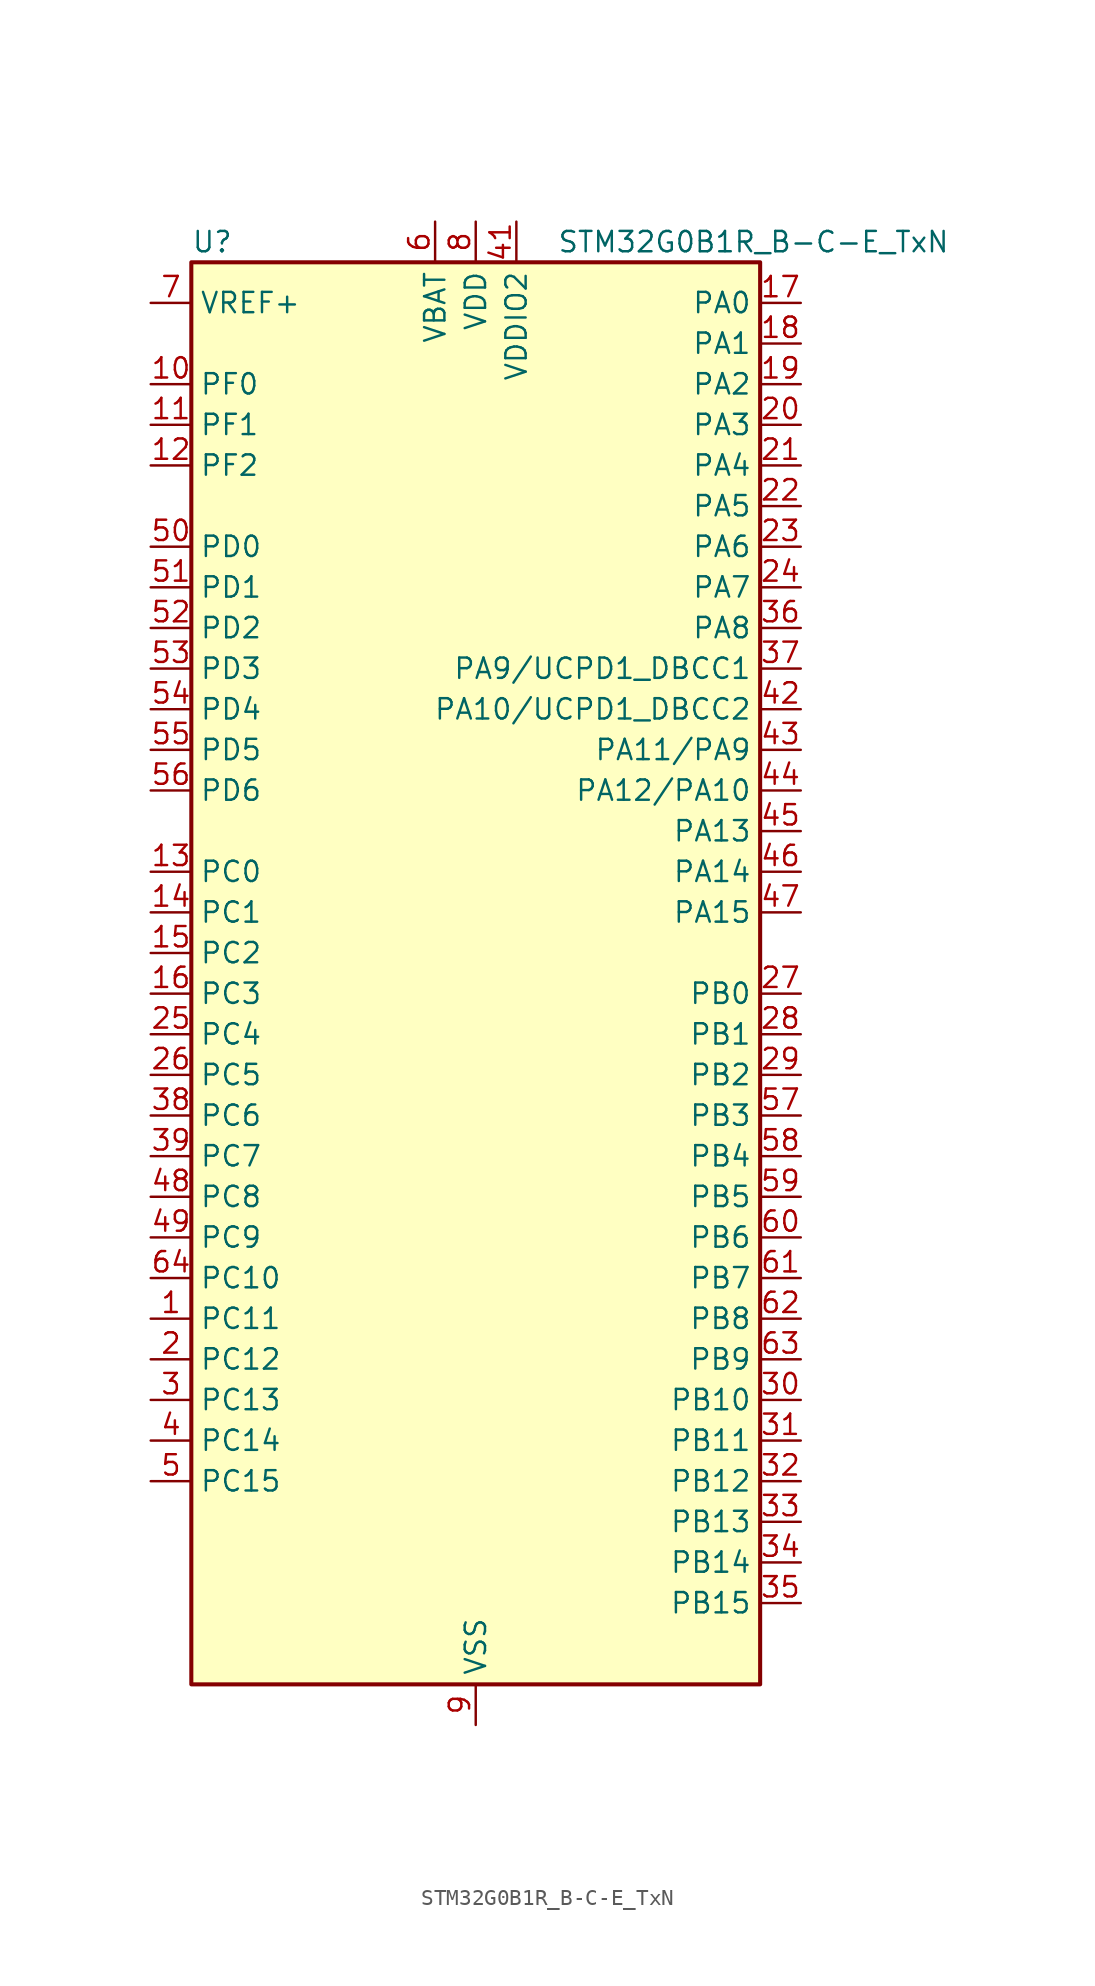
<source format=kicad_sym>
(kicad_symbol_lib
  (version 20220914)
  (generator kicad_symbol_editor)
  (symbol "STM32G0B1R_B-C-E_TxN"
    (property "Reference" "U"
      (at -17.78 46.99 0)
      (effects (font (size 1.27 1.27)) (justify left)))
    (property "Value" "STM32G0B1R_B-C-E_TxN"
      (at 5.08 46.99 0)
      (effects (font (size 1.27 1.27)) (justify left)))
    (property "ki_locked" ""
      (at 0 0 0)
      (effects (font (size 1.27 1.27))))
    (symbol "STM32G0B1R_B-C-E_TxN_0_1"
      (rectangle (start -17.78 -43.18) (end 17.78 45.72) (stroke (width 0.254) (type default)) (fill (type background))))
    (symbol "STM32G0B1R_B-C-E_TxN_1_1"
      (pin bidirectional line (at -20.32 -20.32 0) (length 2.54) (name "PC11" (effects (font (size 1.27 1.27)))) (number "1" (effects (font (size 1.27 1.27)))) (alternate "ADC1_EXTI11" bidirectional line) (alternate "SPI3_MISO" bidirectional line) (alternate "TIM1_CH4" bidirectional line) (alternate "USART3_RX" bidirectional line) (alternate "USART4_RX" bidirectional line))
      (pin bidirectional line (at -20.32 38.1 0) (length 2.54) (name "PF0" (effects (font (size 1.27 1.27)))) (number "10" (effects (font (size 1.27 1.27)))) (alternate "CRS1_SYNC" bidirectional line) (alternate "RCC_OSC_IN" bidirectional line) (alternate "TIM14_CH1" bidirectional line))
      (pin bidirectional line (at -20.32 35.56 0) (length 2.54) (name "PF1" (effects (font (size 1.27 1.27)))) (number "11" (effects (font (size 1.27 1.27)))) (alternate "RCC_OSC_EN" bidirectional line) (alternate "RCC_OSC_OUT" bidirectional line) (alternate "TIM15_CH1N" bidirectional line))
      (pin bidirectional line (at -20.32 33.02 0) (length 2.54) (name "PF2" (effects (font (size 1.27 1.27)))) (number "12" (effects (font (size 1.27 1.27)))) (alternate "LPUART2_DE" bidirectional line) (alternate "LPUART2_RTS" bidirectional line) (alternate "LPUART2_TX" bidirectional line) (alternate "RCC_MCO" bidirectional line))
      (pin bidirectional line (at -20.32 7.62 0) (length 2.54) (name "PC0" (effects (font (size 1.27 1.27)))) (number "13" (effects (font (size 1.27 1.27)))) (alternate "COMP3_INM" bidirectional line) (alternate "COMP3_OUT" bidirectional line) (alternate "I2C3_SCL" bidirectional line) (alternate "LPTIM1_IN1" bidirectional line) (alternate "LPTIM2_IN1" bidirectional line) (alternate "LPUART1_RX" bidirectional line) (alternate "LPUART2_TX" bidirectional line) (alternate "USART6_TX" bidirectional line))
      (pin bidirectional line (at -20.32 5.08 0) (length 2.54) (name "PC1" (effects (font (size 1.27 1.27)))) (number "14" (effects (font (size 1.27 1.27)))) (alternate "COMP3_INP" bidirectional line) (alternate "I2C3_SDA" bidirectional line) (alternate "LPTIM1_OUT" bidirectional line) (alternate "LPUART1_TX" bidirectional line) (alternate "LPUART2_RX" bidirectional line) (alternate "TIM15_CH1" bidirectional line) (alternate "USART6_RX" bidirectional line))
      (pin bidirectional line (at -20.32 2.54 0) (length 2.54) (name "PC2" (effects (font (size 1.27 1.27)))) (number "15" (effects (font (size 1.27 1.27)))) (alternate "COMP3_OUT" bidirectional line) (alternate "FDCAN2_RX" bidirectional line) (alternate "I2S2_MCK" bidirectional line) (alternate "LPTIM1_IN2" bidirectional line) (alternate "SPI2_MISO" bidirectional line) (alternate "TIM15_CH2" bidirectional line))
      (pin bidirectional line (at -20.32 0 0) (length 2.54) (name "PC3" (effects (font (size 1.27 1.27)))) (number "16" (effects (font (size 1.27 1.27)))) (alternate "FDCAN2_TX" bidirectional line) (alternate "I2S2_SD" bidirectional line) (alternate "LPTIM1_ETR" bidirectional line) (alternate "LPTIM2_ETR" bidirectional line) (alternate "SPI2_MOSI" bidirectional line))
      (pin bidirectional line (at 20.32 43.18 180) (length 2.54) (name "PA0" (effects (font (size 1.27 1.27)))) (number "17" (effects (font (size 1.27 1.27)))) (alternate "ADC1_IN0" bidirectional line) (alternate "COMP1_INM" bidirectional line) (alternate "COMP1_OUT" bidirectional line) (alternate "I2S2_CK" bidirectional line) (alternate "LPTIM1_OUT" bidirectional line) (alternate "RTC_TAMP_IN2" bidirectional line) (alternate "SPI2_SCK" bidirectional line) (alternate "SYS_WKUP1" bidirectional line) (alternate "TIM2_CH1" bidirectional line) (alternate "TIM2_ETR" bidirectional line) (alternate "UCPD2_FRSTX1" bidirectional line) (alternate "UCPD2_FRSTX2" bidirectional line) (alternate "USART2_CTS" bidirectional line) (alternate "USART2_NSS" bidirectional line) (alternate "USART4_TX" bidirectional line))
      (pin bidirectional line (at 20.32 40.64 180) (length 2.54) (name "PA1" (effects (font (size 1.27 1.27)))) (number "18" (effects (font (size 1.27 1.27)))) (alternate "ADC1_IN1" bidirectional line) (alternate "COMP1_INP" bidirectional line) (alternate "I2C1_SMBA" bidirectional line) (alternate "I2S1_CK" bidirectional line) (alternate "SPI1_SCK" bidirectional line) (alternate "TIM15_CH1N" bidirectional line) (alternate "TIM2_CH2" bidirectional line) (alternate "USART2_CK" bidirectional line) (alternate "USART2_DE" bidirectional line) (alternate "USART2_RTS" bidirectional line) (alternate "USART4_RX" bidirectional line))
      (pin bidirectional line (at 20.32 38.1 180) (length 2.54) (name "PA2" (effects (font (size 1.27 1.27)))) (number "19" (effects (font (size 1.27 1.27)))) (alternate "ADC1_IN2" bidirectional line) (alternate "COMP2_INM" bidirectional line) (alternate "COMP2_OUT" bidirectional line) (alternate "I2S1_SD" bidirectional line) (alternate "LPUART1_TX" bidirectional line) (alternate "RCC_LSCO" bidirectional line) (alternate "SPI1_MOSI" bidirectional line) (alternate "SYS_WKUP4" bidirectional line) (alternate "TIM15_CH1" bidirectional line) (alternate "TIM2_CH3" bidirectional line) (alternate "UCPD1_FRSTX1" bidirectional line) (alternate "UCPD1_FRSTX2" bidirectional line) (alternate "USART2_TX" bidirectional line))
      (pin bidirectional line (at -20.32 -22.86 0) (length 2.54) (name "PC12" (effects (font (size 1.27 1.27)))) (number "2" (effects (font (size 1.27 1.27)))) (alternate "LPTIM1_IN1" bidirectional line) (alternate "SPI3_MOSI" bidirectional line) (alternate "TIM14_CH1" bidirectional line) (alternate "UCPD1_FRSTX1" bidirectional line) (alternate "UCPD1_FRSTX2" bidirectional line) (alternate "USART5_TX" bidirectional line))
      (pin bidirectional line (at 20.32 35.56 180) (length 2.54) (name "PA3" (effects (font (size 1.27 1.27)))) (number "20" (effects (font (size 1.27 1.27)))) (alternate "ADC1_IN3" bidirectional line) (alternate "COMP2_INP" bidirectional line) (alternate "I2S2_MCK" bidirectional line) (alternate "LPUART1_RX" bidirectional line) (alternate "SPI2_MISO" bidirectional line) (alternate "TIM15_CH2" bidirectional line) (alternate "TIM2_CH4" bidirectional line) (alternate "UCPD2_FRSTX1" bidirectional line) (alternate "UCPD2_FRSTX2" bidirectional line) (alternate "USART2_RX" bidirectional line))
      (pin bidirectional line (at 20.32 33.02 180) (length 2.54) (name "PA4" (effects (font (size 1.27 1.27)))) (number "21" (effects (font (size 1.27 1.27)))) (alternate "ADC1_IN4" bidirectional line) (alternate "DAC1_OUT1" bidirectional line) (alternate "I2S1_WS" bidirectional line) (alternate "I2S2_SD" bidirectional line) (alternate "LPTIM2_OUT" bidirectional line) (alternate "RTC_OUT2" bidirectional line) (alternate "SPI1_NSS" bidirectional line) (alternate "SPI2_MOSI" bidirectional line) (alternate "SPI3_NSS" bidirectional line) (alternate "TIM14_CH1" bidirectional line) (alternate "UCPD2_FRSTX1" bidirectional line) (alternate "UCPD2_FRSTX2" bidirectional line) (alternate "USART6_TX" bidirectional line) (alternate "USB_NOE" bidirectional line))
      (pin bidirectional line (at 20.32 30.48 180) (length 2.54) (name "PA5" (effects (font (size 1.27 1.27)))) (number "22" (effects (font (size 1.27 1.27)))) (alternate "ADC1_IN5" bidirectional line) (alternate "CEC" bidirectional line) (alternate "DAC1_OUT2" bidirectional line) (alternate "I2S1_CK" bidirectional line) (alternate "LPTIM2_ETR" bidirectional line) (alternate "SPI1_SCK" bidirectional line) (alternate "TIM2_CH1" bidirectional line) (alternate "TIM2_ETR" bidirectional line) (alternate "UCPD1_FRSTX1" bidirectional line) (alternate "UCPD1_FRSTX2" bidirectional line) (alternate "USART3_TX" bidirectional line) (alternate "USART6_RX" bidirectional line))
      (pin bidirectional line (at 20.32 27.94 180) (length 2.54) (name "PA6" (effects (font (size 1.27 1.27)))) (number "23" (effects (font (size 1.27 1.27)))) (alternate "ADC1_IN6" bidirectional line) (alternate "COMP1_OUT" bidirectional line) (alternate "I2C2_SDA" bidirectional line) (alternate "I2C3_SDA" bidirectional line) (alternate "I2S1_MCK" bidirectional line) (alternate "LPUART1_CTS" bidirectional line) (alternate "SPI1_MISO" bidirectional line) (alternate "TIM16_CH1" bidirectional line) (alternate "TIM1_BK" bidirectional line) (alternate "TIM3_CH1" bidirectional line) (alternate "USART3_CTS" bidirectional line) (alternate "USART3_NSS" bidirectional line) (alternate "USART6_CTS" bidirectional line) (alternate "USART6_NSS" bidirectional line))
      (pin bidirectional line (at 20.32 25.4 180) (length 2.54) (name "PA7" (effects (font (size 1.27 1.27)))) (number "24" (effects (font (size 1.27 1.27)))) (alternate "ADC1_IN7" bidirectional line) (alternate "COMP2_OUT" bidirectional line) (alternate "I2C2_SCL" bidirectional line) (alternate "I2C3_SCL" bidirectional line) (alternate "I2S1_SD" bidirectional line) (alternate "SPI1_MOSI" bidirectional line) (alternate "TIM14_CH1" bidirectional line) (alternate "TIM17_CH1" bidirectional line) (alternate "TIM1_CH1N" bidirectional line) (alternate "TIM3_CH2" bidirectional line) (alternate "UCPD1_FRSTX1" bidirectional line) (alternate "UCPD1_FRSTX2" bidirectional line) (alternate "USART6_CK" bidirectional line) (alternate "USART6_DE" bidirectional line) (alternate "USART6_RTS" bidirectional line))
      (pin bidirectional line (at -20.32 -2.54 0) (length 2.54) (name "PC4" (effects (font (size 1.27 1.27)))) (number "25" (effects (font (size 1.27 1.27)))) (alternate "ADC1_IN17" bidirectional line) (alternate "COMP1_INM" bidirectional line) (alternate "FDCAN1_RX" bidirectional line) (alternate "TIM2_CH1" bidirectional line) (alternate "TIM2_ETR" bidirectional line) (alternate "USART1_TX" bidirectional line) (alternate "USART3_TX" bidirectional line))
      (pin bidirectional line (at -20.32 -5.08 0) (length 2.54) (name "PC5" (effects (font (size 1.27 1.27)))) (number "26" (effects (font (size 1.27 1.27)))) (alternate "ADC1_IN18" bidirectional line) (alternate "COMP1_INP" bidirectional line) (alternate "FDCAN1_TX" bidirectional line) (alternate "SYS_WKUP5" bidirectional line) (alternate "TIM2_CH2" bidirectional line) (alternate "USART1_RX" bidirectional line) (alternate "USART3_RX" bidirectional line))
      (pin bidirectional line (at 20.32 0 180) (length 2.54) (name "PB0" (effects (font (size 1.27 1.27)))) (number "27" (effects (font (size 1.27 1.27)))) (alternate "ADC1_IN8" bidirectional line) (alternate "COMP1_OUT" bidirectional line) (alternate "COMP3_INP" bidirectional line) (alternate "FDCAN2_RX" bidirectional line) (alternate "I2S1_WS" bidirectional line) (alternate "LPTIM1_OUT" bidirectional line) (alternate "LPUART2_CTS" bidirectional line) (alternate "SPI1_NSS" bidirectional line) (alternate "TIM1_CH2N" bidirectional line) (alternate "TIM3_CH3" bidirectional line) (alternate "UCPD1_FRSTX1" bidirectional line) (alternate "UCPD1_FRSTX2" bidirectional line) (alternate "USART3_RX" bidirectional line) (alternate "USART5_TX" bidirectional line))
      (pin bidirectional line (at 20.32 -2.54 180) (length 2.54) (name "PB1" (effects (font (size 1.27 1.27)))) (number "28" (effects (font (size 1.27 1.27)))) (alternate "ADC1_IN9" bidirectional line) (alternate "COMP1_INM" bidirectional line) (alternate "COMP3_OUT" bidirectional line) (alternate "FDCAN2_TX" bidirectional line) (alternate "LPTIM2_IN1" bidirectional line) (alternate "LPUART1_DE" bidirectional line) (alternate "LPUART1_RTS" bidirectional line) (alternate "LPUART2_DE" bidirectional line) (alternate "LPUART2_RTS" bidirectional line) (alternate "TIM14_CH1" bidirectional line) (alternate "TIM1_CH3N" bidirectional line) (alternate "TIM3_CH4" bidirectional line) (alternate "USART3_CK" bidirectional line) (alternate "USART3_DE" bidirectional line) (alternate "USART3_RTS" bidirectional line) (alternate "USART5_RX" bidirectional line))
      (pin bidirectional line (at 20.32 -5.08 180) (length 2.54) (name "PB2" (effects (font (size 1.27 1.27)))) (number "29" (effects (font (size 1.27 1.27)))) (alternate "ADC1_IN10" bidirectional line) (alternate "COMP1_INP" bidirectional line) (alternate "COMP3_INM" bidirectional line) (alternate "I2S2_MCK" bidirectional line) (alternate "LPTIM1_OUT" bidirectional line) (alternate "RCC_MCO_2" bidirectional line) (alternate "SPI2_MISO" bidirectional line) (alternate "USART3_TX" bidirectional line))
      (pin bidirectional line (at -20.32 -25.4 0) (length 2.54) (name "PC13" (effects (font (size 1.27 1.27)))) (number "3" (effects (font (size 1.27 1.27)))) (alternate "RTC_OUT1" bidirectional line) (alternate "RTC_TAMP_IN1" bidirectional line) (alternate "RTC_TS" bidirectional line) (alternate "SYS_WKUP2" bidirectional line) (alternate "TIM1_BK" bidirectional line))
      (pin bidirectional line (at 20.32 -25.4 180) (length 2.54) (name "PB10" (effects (font (size 1.27 1.27)))) (number "30" (effects (font (size 1.27 1.27)))) (alternate "ADC1_IN11" bidirectional line) (alternate "CEC" bidirectional line) (alternate "COMP1_OUT" bidirectional line) (alternate "I2C2_SCL" bidirectional line) (alternate "I2S2_CK" bidirectional line) (alternate "LPUART1_RX" bidirectional line) (alternate "SPI2_SCK" bidirectional line) (alternate "TIM2_CH3" bidirectional line) (alternate "USART3_TX" bidirectional line))
      (pin bidirectional line (at 20.32 -27.94 180) (length 2.54) (name "PB11" (effects (font (size 1.27 1.27)))) (number "31" (effects (font (size 1.27 1.27)))) (alternate "ADC1_EXTI11" bidirectional line) (alternate "ADC1_IN15" bidirectional line) (alternate "COMP2_OUT" bidirectional line) (alternate "I2C2_SDA" bidirectional line) (alternate "I2S2_SD" bidirectional line) (alternate "LPUART1_TX" bidirectional line) (alternate "SPI2_MOSI" bidirectional line) (alternate "TIM2_CH4" bidirectional line) (alternate "USART3_RX" bidirectional line))
      (pin bidirectional line (at 20.32 -30.48 180) (length 2.54) (name "PB12" (effects (font (size 1.27 1.27)))) (number "32" (effects (font (size 1.27 1.27)))) (alternate "ADC1_IN16" bidirectional line) (alternate "FDCAN2_RX" bidirectional line) (alternate "I2C2_SMBA" bidirectional line) (alternate "I2S2_WS" bidirectional line) (alternate "LPUART1_DE" bidirectional line) (alternate "LPUART1_RTS" bidirectional line) (alternate "SPI2_NSS" bidirectional line) (alternate "TIM15_BK" bidirectional line) (alternate "TIM1_BK" bidirectional line) (alternate "UCPD2_FRSTX1" bidirectional line) (alternate "UCPD2_FRSTX2" bidirectional line))
      (pin bidirectional line (at 20.32 -33.02 180) (length 2.54) (name "PB13" (effects (font (size 1.27 1.27)))) (number "33" (effects (font (size 1.27 1.27)))) (alternate "FDCAN2_TX" bidirectional line) (alternate "I2C2_SCL" bidirectional line) (alternate "I2S2_CK" bidirectional line) (alternate "LPUART1_CTS" bidirectional line) (alternate "SPI2_SCK" bidirectional line) (alternate "TIM15_CH1N" bidirectional line) (alternate "TIM1_CH1N" bidirectional line) (alternate "USART3_CTS" bidirectional line) (alternate "USART3_NSS" bidirectional line))
      (pin bidirectional line (at 20.32 -35.56 180) (length 2.54) (name "PB14" (effects (font (size 1.27 1.27)))) (number "34" (effects (font (size 1.27 1.27)))) (alternate "I2C2_SDA" bidirectional line) (alternate "I2S2_MCK" bidirectional line) (alternate "SPI2_MISO" bidirectional line) (alternate "TIM15_CH1" bidirectional line) (alternate "TIM1_CH2N" bidirectional line) (alternate "UCPD1_FRSTX1" bidirectional line) (alternate "UCPD1_FRSTX2" bidirectional line) (alternate "USART3_CK" bidirectional line) (alternate "USART3_DE" bidirectional line) (alternate "USART3_RTS" bidirectional line) (alternate "USART6_CK" bidirectional line) (alternate "USART6_DE" bidirectional line) (alternate "USART6_RTS" bidirectional line))
      (pin bidirectional line (at 20.32 -38.1 180) (length 2.54) (name "PB15" (effects (font (size 1.27 1.27)))) (number "35" (effects (font (size 1.27 1.27)))) (alternate "I2S2_SD" bidirectional line) (alternate "RTC_REFIN" bidirectional line) (alternate "SPI2_MOSI" bidirectional line) (alternate "TIM15_CH1N" bidirectional line) (alternate "TIM15_CH2" bidirectional line) (alternate "TIM1_CH3N" bidirectional line) (alternate "UCPD1_CC2" bidirectional line) (alternate "USART6_CTS" bidirectional line) (alternate "USART6_NSS" bidirectional line))
      (pin bidirectional line (at 20.32 22.86 180) (length 2.54) (name "PA8" (effects (font (size 1.27 1.27)))) (number "36" (effects (font (size 1.27 1.27)))) (alternate "CRS1_SYNC" bidirectional line) (alternate "I2C2_SMBA" bidirectional line) (alternate "I2S2_WS" bidirectional line) (alternate "LPTIM2_OUT" bidirectional line) (alternate "RCC_MCO" bidirectional line) (alternate "SPI2_NSS" bidirectional line) (alternate "TIM1_CH1" bidirectional line) (alternate "UCPD1_CC1" bidirectional line))
      (pin bidirectional line (at 20.32 20.32 180) (length 2.54) (name "PA9/UCPD1_DBCC1" (effects (font (size 1.27 1.27)))) (number "37" (effects (font (size 1.27 1.27)))) (alternate "DAC1_EXTI9" bidirectional line) (alternate "I2C1_SCL" bidirectional line) (alternate "I2C2_SCL" bidirectional line) (alternate "I2S2_MCK" bidirectional line) (alternate "RCC_MCO" bidirectional line) (alternate "SPI2_MISO" bidirectional line) (alternate "TIM15_BK" bidirectional line) (alternate "TIM1_CH2" bidirectional line) (alternate "UCPD1_DBCC1" bidirectional line) (alternate "USART1_TX" bidirectional line))
      (pin bidirectional line (at -20.32 -7.62 0) (length 2.54) (name "PC6" (effects (font (size 1.27 1.27)))) (number "38" (effects (font (size 1.27 1.27)))) (alternate "LPUART2_TX" bidirectional line) (alternate "TIM2_CH3" bidirectional line) (alternate "TIM3_CH1" bidirectional line) (alternate "UCPD1_FRSTX1" bidirectional line) (alternate "UCPD1_FRSTX2" bidirectional line))
      (pin bidirectional line (at -20.32 -10.16 0) (length 2.54) (name "PC7" (effects (font (size 1.27 1.27)))) (number "39" (effects (font (size 1.27 1.27)))) (alternate "LPUART2_RX" bidirectional line) (alternate "TIM2_CH4" bidirectional line) (alternate "TIM3_CH2" bidirectional line) (alternate "UCPD2_FRSTX1" bidirectional line) (alternate "UCPD2_FRSTX2" bidirectional line))
      (pin bidirectional line (at -20.32 -27.94 0) (length 2.54) (name "PC14" (effects (font (size 1.27 1.27)))) (number "4" (effects (font (size 1.27 1.27)))) (alternate "RCC_OSC32_IN" bidirectional line) (alternate "TIM1_BK2" bidirectional line))
      (pin passive line (at 0 -45.72 90) (length 2.54) hide (name "VSS" (effects (font (size 1.27 1.27)))) (number "40" (effects (font (size 1.27 1.27)))))
      (pin power_in line (at 2.54 48.26 270) (length 2.54) (name "VDDIO2" (effects (font (size 1.27 1.27)))) (number "41" (effects (font (size 1.27 1.27)))))
      (pin bidirectional line (at 20.32 17.78 180) (length 2.54) (name "PA10/UCPD1_DBCC2" (effects (font (size 1.27 1.27)))) (number "42" (effects (font (size 1.27 1.27)))) (alternate "I2C1_SDA" bidirectional line) (alternate "I2C2_SDA" bidirectional line) (alternate "I2S2_SD" bidirectional line) (alternate "RCC_MCO_2" bidirectional line) (alternate "SPI2_MOSI" bidirectional line) (alternate "TIM17_BK" bidirectional line) (alternate "TIM1_CH3" bidirectional line) (alternate "UCPD1_DBCC2" bidirectional line) (alternate "USART1_RX" bidirectional line))
      (pin bidirectional line (at 20.32 15.24 180) (length 2.54) (name "PA11/PA9" (effects (font (size 1.27 1.27)))) (number "43" (effects (font (size 1.27 1.27)))) (alternate "ADC1_EXTI11" bidirectional line) (alternate "COMP1_OUT" bidirectional line) (alternate "FDCAN1_RX" bidirectional line) (alternate "I2C2_SCL" bidirectional line) (alternate "I2S1_MCK" bidirectional line) (alternate "SPI1_MISO" bidirectional line) (alternate "TIM1_BK2" bidirectional line) (alternate "TIM1_CH4" bidirectional line) (alternate "USART1_CTS" bidirectional line) (alternate "USART1_NSS" bidirectional line) (alternate "USB_DM" bidirectional line))
      (pin bidirectional line (at 20.32 12.7 180) (length 2.54) (name "PA12/PA10" (effects (font (size 1.27 1.27)))) (number "44" (effects (font (size 1.27 1.27)))) (alternate "COMP2_OUT" bidirectional line) (alternate "FDCAN1_TX" bidirectional line) (alternate "I2C2_SDA" bidirectional line) (alternate "I2S1_SD" bidirectional line) (alternate "I2S_CKIN" bidirectional line) (alternate "SPI1_MOSI" bidirectional line) (alternate "TIM1_ETR" bidirectional line) (alternate "USART1_CK" bidirectional line) (alternate "USART1_DE" bidirectional line) (alternate "USART1_RTS" bidirectional line) (alternate "USB_DP" bidirectional line))
      (pin bidirectional line (at 20.32 10.16 180) (length 2.54) (name "PA13" (effects (font (size 1.27 1.27)))) (number "45" (effects (font (size 1.27 1.27)))) (alternate "IR_OUT" bidirectional line) (alternate "LPUART2_RX" bidirectional line) (alternate "SYS_SWDIO" bidirectional line) (alternate "USB_NOE" bidirectional line))
      (pin bidirectional line (at 20.32 7.62 180) (length 2.54) (name "PA14" (effects (font (size 1.27 1.27)))) (number "46" (effects (font (size 1.27 1.27)))) (alternate "LPUART2_TX" bidirectional line) (alternate "SYS_SWCLK" bidirectional line) (alternate "USART2_TX" bidirectional line))
      (pin bidirectional line (at 20.32 5.08 180) (length 2.54) (name "PA15" (effects (font (size 1.27 1.27)))) (number "47" (effects (font (size 1.27 1.27)))) (alternate "I2C2_SMBA" bidirectional line) (alternate "I2S1_WS" bidirectional line) (alternate "RCC_MCO_2" bidirectional line) (alternate "SPI1_NSS" bidirectional line) (alternate "SPI3_NSS" bidirectional line) (alternate "TIM2_CH1" bidirectional line) (alternate "TIM2_ETR" bidirectional line) (alternate "USART2_RX" bidirectional line) (alternate "USART3_CK" bidirectional line) (alternate "USART3_DE" bidirectional line) (alternate "USART3_RTS" bidirectional line) (alternate "USART4_CK" bidirectional line) (alternate "USART4_DE" bidirectional line) (alternate "USART4_RTS" bidirectional line) (alternate "USB_NOE" bidirectional line))
      (pin bidirectional line (at -20.32 -12.7 0) (length 2.54) (name "PC8" (effects (font (size 1.27 1.27)))) (number "48" (effects (font (size 1.27 1.27)))) (alternate "LPUART2_CTS" bidirectional line) (alternate "TIM1_CH1" bidirectional line) (alternate "TIM3_CH3" bidirectional line) (alternate "UCPD2_FRSTX1" bidirectional line) (alternate "UCPD2_FRSTX2" bidirectional line))
      (pin bidirectional line (at -20.32 -15.24 0) (length 2.54) (name "PC9" (effects (font (size 1.27 1.27)))) (number "49" (effects (font (size 1.27 1.27)))) (alternate "DAC1_EXTI9" bidirectional line) (alternate "I2S_CKIN" bidirectional line) (alternate "LPUART2_DE" bidirectional line) (alternate "LPUART2_RTS" bidirectional line) (alternate "TIM1_CH2" bidirectional line) (alternate "TIM3_CH4" bidirectional line) (alternate "USB_NOE" bidirectional line))
      (pin bidirectional line (at -20.32 -30.48 0) (length 2.54) (name "PC15" (effects (font (size 1.27 1.27)))) (number "5" (effects (font (size 1.27 1.27)))) (alternate "RCC_OSC32_EN" bidirectional line) (alternate "RCC_OSC32_OUT" bidirectional line) (alternate "RCC_OSC_EN" bidirectional line) (alternate "TIM15_BK" bidirectional line))
      (pin bidirectional line (at -20.32 27.94 0) (length 2.54) (name "PD0" (effects (font (size 1.27 1.27)))) (number "50" (effects (font (size 1.27 1.27)))) (alternate "FDCAN1_RX" bidirectional line) (alternate "I2S2_WS" bidirectional line) (alternate "SPI2_NSS" bidirectional line) (alternate "TIM16_CH1" bidirectional line) (alternate "UCPD2_CC1" bidirectional line))
      (pin bidirectional line (at -20.32 25.4 0) (length 2.54) (name "PD1" (effects (font (size 1.27 1.27)))) (number "51" (effects (font (size 1.27 1.27)))) (alternate "FDCAN1_TX" bidirectional line) (alternate "I2S2_CK" bidirectional line) (alternate "SPI2_SCK" bidirectional line) (alternate "TIM17_CH1" bidirectional line) (alternate "UCPD2_DBCC1" bidirectional line))
      (pin bidirectional line (at -20.32 22.86 0) (length 2.54) (name "PD2" (effects (font (size 1.27 1.27)))) (number "52" (effects (font (size 1.27 1.27)))) (alternate "TIM1_CH1N" bidirectional line) (alternate "TIM3_ETR" bidirectional line) (alternate "UCPD2_CC2" bidirectional line) (alternate "USART3_CK" bidirectional line) (alternate "USART3_DE" bidirectional line) (alternate "USART3_RTS" bidirectional line) (alternate "USART5_RX" bidirectional line))
      (pin bidirectional line (at -20.32 20.32 0) (length 2.54) (name "PD3" (effects (font (size 1.27 1.27)))) (number "53" (effects (font (size 1.27 1.27)))) (alternate "I2S2_MCK" bidirectional line) (alternate "SPI2_MISO" bidirectional line) (alternate "TIM1_CH2N" bidirectional line) (alternate "UCPD2_DBCC2" bidirectional line) (alternate "USART2_CTS" bidirectional line) (alternate "USART2_NSS" bidirectional line) (alternate "USART5_TX" bidirectional line))
      (pin bidirectional line (at -20.32 17.78 0) (length 2.54) (name "PD4" (effects (font (size 1.27 1.27)))) (number "54" (effects (font (size 1.27 1.27)))) (alternate "I2S2_SD" bidirectional line) (alternate "SPI2_MOSI" bidirectional line) (alternate "TIM1_CH3N" bidirectional line) (alternate "USART2_CK" bidirectional line) (alternate "USART2_DE" bidirectional line) (alternate "USART2_RTS" bidirectional line) (alternate "USART5_CK" bidirectional line) (alternate "USART5_DE" bidirectional line) (alternate "USART5_RTS" bidirectional line))
      (pin bidirectional line (at -20.32 15.24 0) (length 2.54) (name "PD5" (effects (font (size 1.27 1.27)))) (number "55" (effects (font (size 1.27 1.27)))) (alternate "I2S1_MCK" bidirectional line) (alternate "SPI1_MISO" bidirectional line) (alternate "TIM1_BK" bidirectional line) (alternate "USART2_TX" bidirectional line) (alternate "USART5_CTS" bidirectional line) (alternate "USART5_NSS" bidirectional line))
      (pin bidirectional line (at -20.32 12.7 0) (length 2.54) (name "PD6" (effects (font (size 1.27 1.27)))) (number "56" (effects (font (size 1.27 1.27)))) (alternate "I2S1_SD" bidirectional line) (alternate "LPTIM2_OUT" bidirectional line) (alternate "SPI1_MOSI" bidirectional line) (alternate "USART2_RX" bidirectional line))
      (pin bidirectional line (at 20.32 -7.62 180) (length 2.54) (name "PB3" (effects (font (size 1.27 1.27)))) (number "57" (effects (font (size 1.27 1.27)))) (alternate "COMP2_INM" bidirectional line) (alternate "I2C2_SCL" bidirectional line) (alternate "I2C3_SCL" bidirectional line) (alternate "I2S1_CK" bidirectional line) (alternate "SPI1_SCK" bidirectional line) (alternate "SPI3_SCK" bidirectional line) (alternate "TIM1_CH2" bidirectional line) (alternate "TIM2_CH2" bidirectional line) (alternate "USART1_CK" bidirectional line) (alternate "USART1_DE" bidirectional line) (alternate "USART1_RTS" bidirectional line) (alternate "USART5_TX" bidirectional line))
      (pin bidirectional line (at 20.32 -10.16 180) (length 2.54) (name "PB4" (effects (font (size 1.27 1.27)))) (number "58" (effects (font (size 1.27 1.27)))) (alternate "COMP2_INP" bidirectional line) (alternate "I2C2_SDA" bidirectional line) (alternate "I2C3_SDA" bidirectional line) (alternate "I2S1_MCK" bidirectional line) (alternate "SPI1_MISO" bidirectional line) (alternate "SPI3_MISO" bidirectional line) (alternate "TIM17_BK" bidirectional line) (alternate "TIM3_CH1" bidirectional line) (alternate "USART1_CTS" bidirectional line) (alternate "USART1_NSS" bidirectional line) (alternate "USART5_RX" bidirectional line))
      (pin bidirectional line (at 20.32 -12.7 180) (length 2.54) (name "PB5" (effects (font (size 1.27 1.27)))) (number "59" (effects (font (size 1.27 1.27)))) (alternate "COMP2_OUT" bidirectional line) (alternate "FDCAN2_RX" bidirectional line) (alternate "I2C1_SMBA" bidirectional line) (alternate "I2S1_SD" bidirectional line) (alternate "LPTIM1_IN1" bidirectional line) (alternate "SPI1_MOSI" bidirectional line) (alternate "SPI3_MOSI" bidirectional line) (alternate "SYS_WKUP6" bidirectional line) (alternate "TIM16_BK" bidirectional line) (alternate "TIM3_CH2" bidirectional line) (alternate "USART5_CK" bidirectional line) (alternate "USART5_DE" bidirectional line) (alternate "USART5_RTS" bidirectional line))
      (pin power_in line (at -2.54 48.26 270) (length 2.54) (name "VBAT" (effects (font (size 1.27 1.27)))) (number "6" (effects (font (size 1.27 1.27)))))
      (pin bidirectional line (at 20.32 -15.24 180) (length 2.54) (name "PB6" (effects (font (size 1.27 1.27)))) (number "60" (effects (font (size 1.27 1.27)))) (alternate "COMP2_INP" bidirectional line) (alternate "FDCAN2_TX" bidirectional line) (alternate "I2C1_SCL" bidirectional line) (alternate "I2S2_MCK" bidirectional line) (alternate "LPTIM1_ETR" bidirectional line) (alternate "LPUART2_TX" bidirectional line) (alternate "SPI2_MISO" bidirectional line) (alternate "TIM16_CH1N" bidirectional line) (alternate "TIM1_CH3" bidirectional line) (alternate "TIM4_CH1" bidirectional line) (alternate "USART1_TX" bidirectional line) (alternate "USART5_CTS" bidirectional line) (alternate "USART5_NSS" bidirectional line))
      (pin bidirectional line (at 20.32 -17.78 180) (length 2.54) (name "PB7" (effects (font (size 1.27 1.27)))) (number "61" (effects (font (size 1.27 1.27)))) (alternate "COMP2_INM" bidirectional line) (alternate "I2C1_SDA" bidirectional line) (alternate "I2S2_SD" bidirectional line) (alternate "LPTIM1_IN2" bidirectional line) (alternate "LPUART2_RX" bidirectional line) (alternate "SPI2_MOSI" bidirectional line) (alternate "SYS_PVD_IN" bidirectional line) (alternate "TIM17_CH1N" bidirectional line) (alternate "TIM4_CH2" bidirectional line) (alternate "USART1_RX" bidirectional line) (alternate "USART4_CTS" bidirectional line) (alternate "USART4_NSS" bidirectional line))
      (pin bidirectional line (at 20.32 -20.32 180) (length 2.54) (name "PB8" (effects (font (size 1.27 1.27)))) (number "62" (effects (font (size 1.27 1.27)))) (alternate "CEC" bidirectional line) (alternate "FDCAN1_RX" bidirectional line) (alternate "I2C1_SCL" bidirectional line) (alternate "I2S2_CK" bidirectional line) (alternate "SPI2_SCK" bidirectional line) (alternate "TIM15_BK" bidirectional line) (alternate "TIM16_CH1" bidirectional line) (alternate "TIM4_CH3" bidirectional line) (alternate "USART3_TX" bidirectional line) (alternate "USART6_TX" bidirectional line))
      (pin bidirectional line (at 20.32 -22.86 180) (length 2.54) (name "PB9" (effects (font (size 1.27 1.27)))) (number "63" (effects (font (size 1.27 1.27)))) (alternate "DAC1_EXTI9" bidirectional line) (alternate "FDCAN1_TX" bidirectional line) (alternate "I2C1_SDA" bidirectional line) (alternate "I2S2_WS" bidirectional line) (alternate "IR_OUT" bidirectional line) (alternate "SPI2_NSS" bidirectional line) (alternate "TIM17_CH1" bidirectional line) (alternate "TIM4_CH4" bidirectional line) (alternate "UCPD2_FRSTX1" bidirectional line) (alternate "UCPD2_FRSTX2" bidirectional line) (alternate "USART3_RX" bidirectional line) (alternate "USART6_RX" bidirectional line))
      (pin bidirectional line (at -20.32 -17.78 0) (length 2.54) (name "PC10" (effects (font (size 1.27 1.27)))) (number "64" (effects (font (size 1.27 1.27)))) (alternate "SPI3_SCK" bidirectional line) (alternate "TIM1_CH3" bidirectional line) (alternate "USART3_TX" bidirectional line) (alternate "USART4_TX" bidirectional line))
      (pin input line (at -20.32 43.18 0) (length 2.54) (name "VREF+" (effects (font (size 1.27 1.27)))) (number "7" (effects (font (size 1.27 1.27)))) (alternate "VREFBUF_OUT" bidirectional line))
      (pin power_in line (at 0 48.26 270) (length 2.54) (name "VDD" (effects (font (size 1.27 1.27)))) (number "8" (effects (font (size 1.27 1.27)))))
      (pin power_in line (at 0 -45.72 90) (length 2.54) (name "VSS" (effects (font (size 1.27 1.27)))) (number "9" (effects (font (size 1.27 1.27))))))))
</source>
